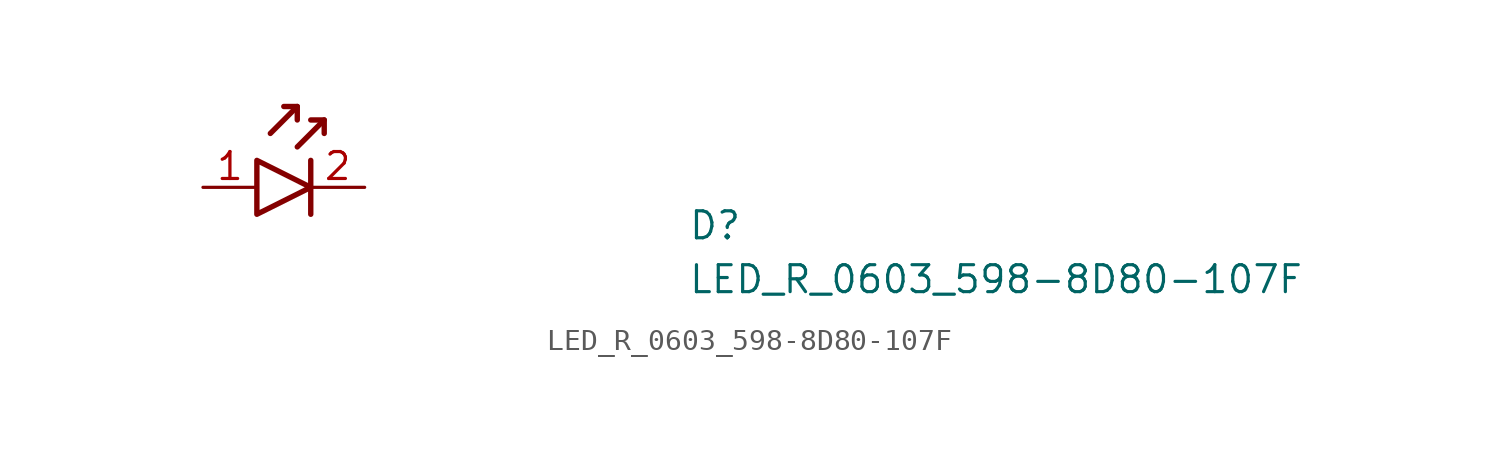
<source format=kicad_sym>
(kicad_symbol_lib
  (version 20211014)
  (generator kicad_symbol_editor)
  (symbol "LED_R_0603_598-8D80-107F"
    (pin_names hide)
    (property "Reference" "D"
      (at 22.86 -2.54 0)
      (effects (font (size 1.27 1.27) (thickness 0.15)) (justify left bottom)))
    (property "Value" "LED_R_0603_598-8D80-107F"
      (at 22.86 -5.08 0)
      (effects (font (size 1.27 1.27) (thickness 0.15)) (justify left bottom)))
    (symbol "LED_R_0603_598-8D80-107F_1_1"
      (polyline (pts (xy 4.445 3.81) (xy 3.175 2.54)) (stroke (width 0.254) (type default) (color 0 0 0 0)) (fill (type none)))
      (polyline (pts (xy 5.08 1.27) (xy 5.08 -1.27)) (stroke (width 0.254) (type default) (color 0 0 0 0)) (fill (type none)))
      (polyline (pts (xy 5.715 3.175) (xy 4.445 1.905)) (stroke (width 0.254) (type default) (color 0 0 0 0)) (fill (type none)))
      (polyline (pts (xy 3.81 3.81) (xy 4.445 3.81) (xy 4.445 3.175)) (stroke (width 0.254) (type default) (color 0 0 0 0)) (fill (type none)))
      (polyline (pts (xy 5.08 3.175) (xy 5.715 3.175) (xy 5.715 2.54)) (stroke (width 0.254) (type default) (color 0 0 0 0)) (fill (type none)))
      (polyline (pts (xy 2.54 1.27) (xy 2.54 -1.27) (xy 5.08 0) (xy 2.54 1.27)) (stroke (width 0.254) (type default) (color 0 0 0 0)) (fill (type none)))
      (pin passive line (at 0 0 0) (length 2.54) (name "1" (effects (font (size 1.27 1.27)))) (number "1" (effects (font (size 1.27 1.27)))))
      (pin passive line (at 7.62 0 180) (length 2.54) (name "2" (effects (font (size 1.27 1.27)))) (number "2" (effects (font (size 1.27 1.27))))))))
</source>
